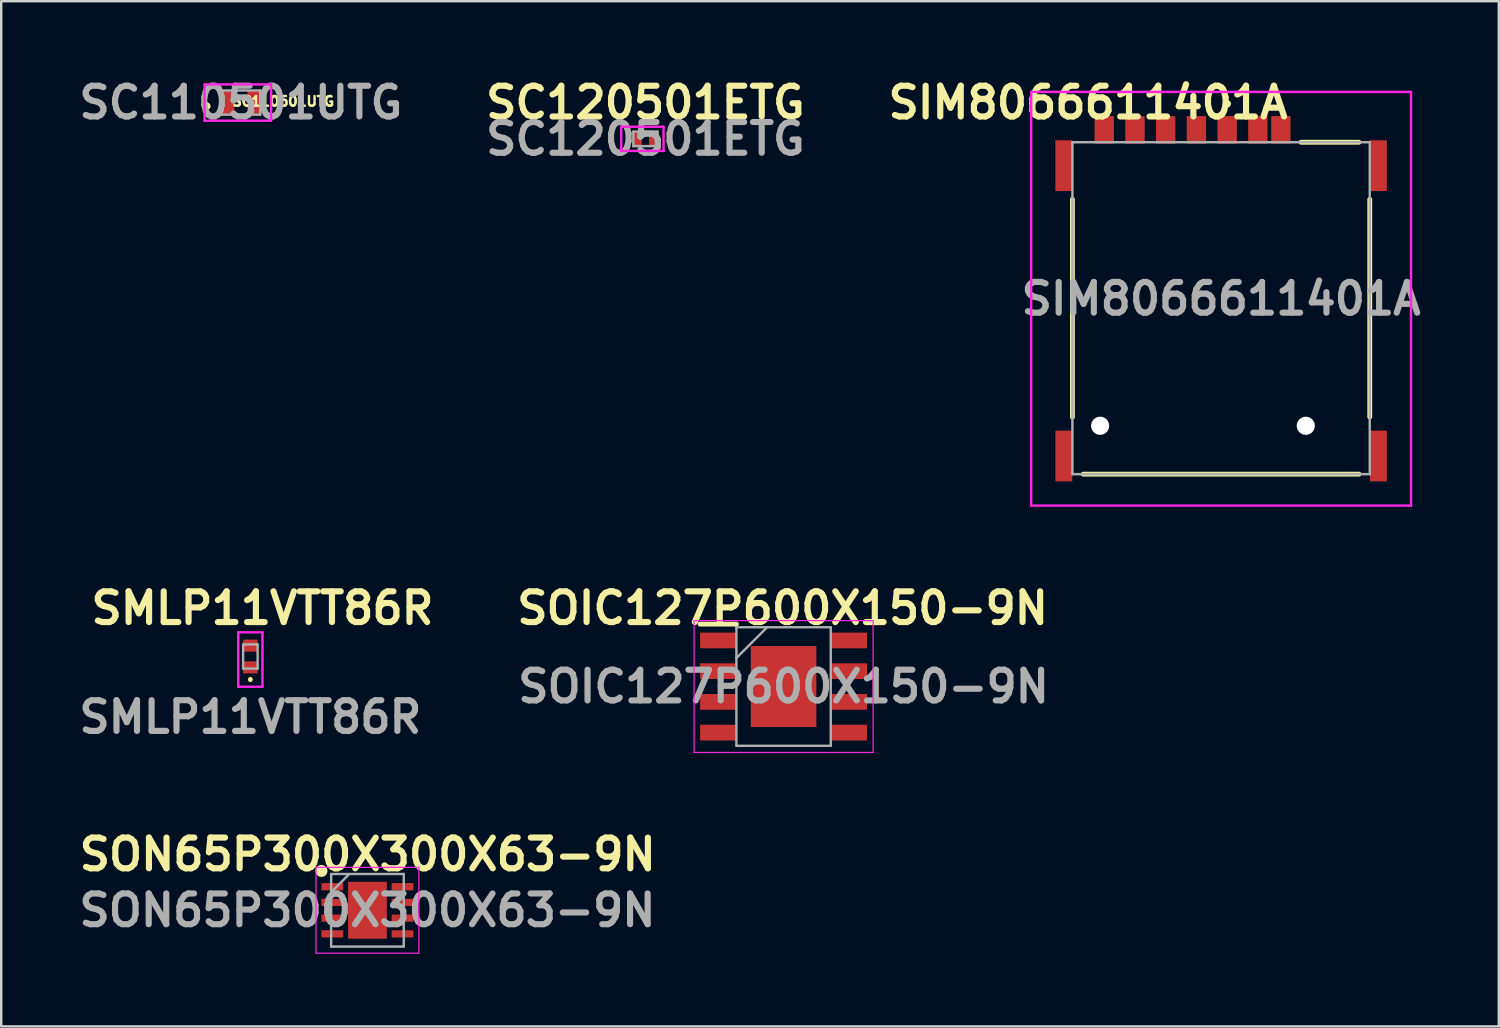
<source format=kicad_pcb>
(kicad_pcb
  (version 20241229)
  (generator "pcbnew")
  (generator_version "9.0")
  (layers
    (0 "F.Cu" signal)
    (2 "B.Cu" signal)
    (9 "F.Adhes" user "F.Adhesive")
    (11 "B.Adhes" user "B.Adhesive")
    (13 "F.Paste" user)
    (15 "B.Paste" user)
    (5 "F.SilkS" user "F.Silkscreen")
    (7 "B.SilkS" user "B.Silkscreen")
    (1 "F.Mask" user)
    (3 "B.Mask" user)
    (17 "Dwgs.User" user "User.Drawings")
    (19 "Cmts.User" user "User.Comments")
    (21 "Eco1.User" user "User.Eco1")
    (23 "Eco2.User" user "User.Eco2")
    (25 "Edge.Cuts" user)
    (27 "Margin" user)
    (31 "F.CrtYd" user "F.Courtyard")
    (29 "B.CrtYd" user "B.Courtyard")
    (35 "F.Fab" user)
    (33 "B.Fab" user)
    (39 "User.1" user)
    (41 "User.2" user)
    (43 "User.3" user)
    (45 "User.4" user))
  (footprint "SON65P300X300X63-9N"
    (layer "F.Cu")
    (at 12.138 34.576)
    (property "Reference" "SON65P300X300X63-9N" (at 0.01 -2.31 0) (layer "F.SilkS") (effects (font (size 1.27 1.27) (thickness 0.254))))
    (attr smd)
    (fp_circle (center -1.9 -1.625) (end -1.9 -1.5) (stroke (width 0.25) (type solid)) (fill no) (layer "F.SilkS"))
    (fp_line (start -2.125 -1.775) (end 2.125 -1.775) (stroke (width 0.05) (type solid)) (layer "F.CrtYd"))
    (fp_line (start -2.125 1.775) (end -2.125 -1.775) (stroke (width 0.05) (type solid)) (layer "F.CrtYd"))
    (fp_line (start 2.125 -1.775) (end 2.125 1.775) (stroke (width 0.05) (type solid)) (layer "F.CrtYd"))
    (fp_line (start 2.125 1.775) (end -2.125 1.775) (stroke (width 0.05) (type solid)) (layer "F.CrtYd"))
    (fp_line (start -1.5 -1.5) (end 1.5 -1.5) (stroke (width 0.1) (type solid)) (layer "F.Fab"))
    (fp_line (start -1.5 -0.75) (end -0.75 -1.5) (stroke (width 0.1) (type solid)) (layer "F.Fab"))
    (fp_line (start -1.5 1.5) (end -1.5 -1.5) (stroke (width 0.1) (type solid)) (layer "F.Fab"))
    (fp_line (start 1.5 -1.5) (end 1.5 1.5) (stroke (width 0.1) (type solid)) (layer "F.Fab"))
    (fp_line (start 1.5 1.5) (end -1.5 1.5) (stroke (width 0.1) (type solid)) (layer "F.Fab"))
    (fp_text user "${REFERENCE}" (at 0 0 0) (layer "F.Fab") (effects (font (size 1.27 1.27) (thickness 0.254))))
    (pad "1" smd rect (at -1.45 -0.975 90) (size 0.3 0.9) (layers "F.Cu" "F.Mask" "F.Paste"))
    (pad "2" smd rect (at -1.45 -0.325 90) (size 0.3 0.9) (layers "F.Cu" "F.Mask" "F.Paste"))
    (pad "3" smd rect (at -1.45 0.325 90) (size 0.3 0.9) (layers "F.Cu" "F.Mask" "F.Paste"))
    (pad "4" smd rect (at -1.45 0.975 90) (size 0.3 0.9) (layers "F.Cu" "F.Mask" "F.Paste"))
    (pad "5" smd rect (at 1.45 0.975 90) (size 0.3 0.9) (layers "F.Cu" "F.Mask" "F.Paste"))
    (pad "6" smd rect (at 1.45 0.325 90) (size 0.3 0.9) (layers "F.Cu" "F.Mask" "F.Paste"))
    (pad "7" smd rect (at 1.45 -0.325 90) (size 0.3 0.9) (layers "F.Cu" "F.Mask" "F.Paste"))
    (pad "8" smd rect (at 1.45 -0.975 90) (size 0.3 0.9) (layers "F.Cu" "F.Mask" "F.Paste"))
    (pad "9" smd rect (at 0 0) (size 1.6 2.35) (layers "F.Cu" "F.Mask" "F.Paste")))
  (footprint "SOIC127P600X150-9N"
    (layer "F.Cu")
    (at 29.339 25.327)
    (property "Reference" "SOIC127P600X150-9N" (at -0.04 -3.24 0) (layer "F.SilkS") (effects (font (size 1.27 1.27) (thickness 0.254))))
    (attr smd)
    (fp_line (start -3.45 -2.58) (end -1.95 -2.58) (stroke (width 0.2) (type solid)) (layer "F.SilkS"))
    (fp_line (start -3.7 -2.725) (end 3.7 -2.725) (stroke (width 0.05) (type solid)) (layer "F.CrtYd"))
    (fp_line (start -3.7 2.725) (end -3.7 -2.725) (stroke (width 0.05) (type solid)) (layer "F.CrtYd"))
    (fp_line (start 3.7 -2.725) (end 3.7 2.725) (stroke (width 0.05) (type solid)) (layer "F.CrtYd"))
    (fp_line (start 3.7 2.725) (end -3.7 2.725) (stroke (width 0.05) (type solid)) (layer "F.CrtYd"))
    (fp_line (start -1.95 -2.45) (end 1.95 -2.45) (stroke (width 0.1) (type solid)) (layer "F.Fab"))
    (fp_line (start -1.95 -1.18) (end -0.68 -2.45) (stroke (width 0.1) (type solid)) (layer "F.Fab"))
    (fp_line (start -1.95 2.45) (end -1.95 -2.45) (stroke (width 0.1) (type solid)) (layer "F.Fab"))
    (fp_line (start 1.95 -2.45) (end 1.95 2.45) (stroke (width 0.1) (type solid)) (layer "F.Fab"))
    (fp_line (start 1.95 2.45) (end -1.95 2.45) (stroke (width 0.1) (type solid)) (layer "F.Fab"))
    (fp_text user "${REFERENCE}" (at 0 0 0) (layer "F.Fab") (effects (font (size 1.27 1.27) (thickness 0.254))))
    (pad "1" smd rect (at -2.7 -1.905 90) (size 0.65 1.5) (layers "F.Cu" "F.Mask" "F.Paste"))
    (pad "2" smd rect (at -2.7 -0.635 90) (size 0.65 1.5) (layers "F.Cu" "F.Mask" "F.Paste"))
    (pad "3" smd rect (at -2.7 0.635 90) (size 0.65 1.5) (layers "F.Cu" "F.Mask" "F.Paste"))
    (pad "4" smd rect (at -2.7 1.905 90) (size 0.65 1.5) (layers "F.Cu" "F.Mask" "F.Paste"))
    (pad "5" smd rect (at 2.7 1.905 90) (size 0.65 1.5) (layers "F.Cu" "F.Mask" "F.Paste"))
    (pad "6" smd rect (at 2.7 0.635 90) (size 0.65 1.5) (layers "F.Cu" "F.Mask" "F.Paste"))
    (pad "7" smd rect (at 2.7 -0.635 90) (size 0.65 1.5) (layers "F.Cu" "F.Mask" "F.Paste"))
    (pad "8" smd rect (at 2.7 -1.905 90) (size 0.65 1.5) (layers "F.Cu" "F.Mask" "F.Paste"))
    (pad "9" smd rect (at 0 0) (size 2.71 3.35) (layers "F.Cu" "F.Mask" "F.Paste")))
  (footprint "SMLP11VTT86R"
    (layer "F.Cu")
    (at 7.299 24.087)
    (property "Reference" "SMLP11VTT86R" (at 0.5 -2 0) (layer "F.SilkS") (effects (font (size 1.27 1.27) (thickness 0.254))))
    (attr smd)
    (fp_line (start 0 0.9) (end 0 0.9) (stroke (width 0.1) (type solid)) (layer "F.SilkS"))
    (fp_line (start 0 1) (end 0 1) (stroke (width 0.1) (type solid)) (layer "F.SilkS"))
    (fp_arc (start 0 0.9) (mid 0.05 0.95) (end 0 1) (stroke (width 0.1) (type solid)) (layer "F.SilkS"))
    (fp_arc (start 0 1) (mid -0.05 0.95) (end 0 0.9) (stroke (width 0.1) (type solid)) (layer "F.SilkS"))
    (fp_line (start -0.5 -1) (end 0.5 -1) (stroke (width 0.1) (type solid)) (layer "F.CrtYd"))
    (fp_line (start -0.5 1.25) (end -0.5 -1) (stroke (width 0.1) (type solid)) (layer "F.CrtYd"))
    (fp_line (start 0.5 -1) (end 0.5 1.25) (stroke (width 0.1) (type solid)) (layer "F.CrtYd"))
    (fp_line (start 0.5 1.25) (end -0.5 1.25) (stroke (width 0.1) (type solid)) (layer "F.CrtYd"))
    (fp_line (start -0.3 -0.5) (end 0.3 -0.5) (stroke (width 0.1) (type solid)) (layer "F.Fab"))
    (fp_line (start -0.3 0.5) (end -0.3 -0.5) (stroke (width 0.1) (type solid)) (layer "F.Fab"))
    (fp_line (start 0.3 -0.5) (end 0.3 0.5) (stroke (width 0.1) (type solid)) (layer "F.Fab"))
    (fp_line (start 0.3 0.5) (end -0.3 0.5) (stroke (width 0.1) (type solid)) (layer "F.Fab"))
    (fp_text user "${REFERENCE}" (at 0 2.5 0) (layer "F.Fab") (effects (font (size 1.27 1.27) (thickness 0.254))))
    (pad "1" smd rect (at 0 0.45 90) (size 0.5 0.6) (layers "F.Cu" "F.Mask" "F.Paste"))
    (pad "2" smd rect (at 0 -0.45 90) (size 0.5 0.6) (layers "F.Cu" "F.Mask" "F.Paste")))
  (footprint "SC110501UTG"
    (layer "F.Cu")
    (at 6.906 1.189)
    (property "Reference" "SC110501UTG" (at 1.75 -0.05 0) (layer "F.SilkS") (effects (font (size 0.4 0.4) (thickness 0.1))))
    (attr smd)
    (fp_line (start -1.4 0.1) (end -1.4 0.1) (stroke (width 0.2) (type solid)) (layer "F.SilkS"))
    (fp_line (start -1.4 0.2) (end -1.4 0.2) (stroke (width 0.2) (type solid)) (layer "F.SilkS"))
    (fp_arc (start -1.4 0.1) (mid -1.35 0.15) (end -1.4 0.2) (stroke (width 0.2) (type solid)) (layer "F.SilkS"))
    (fp_arc (start -1.4 0.2) (mid -1.45 0.15) (end -1.4 0.1) (stroke (width 0.2) (type solid)) (layer "F.SilkS"))
    (fp_line (start -1.5 -0.75) (end 1.25 -0.75) (stroke (width 0.1) (type solid)) (layer "F.CrtYd"))
    (fp_line (start -1.5 0.75) (end -1.5 -0.75) (stroke (width 0.1) (type solid)) (layer "F.CrtYd"))
    (fp_line (start 1.25 -0.75) (end 1.25 0.75) (stroke (width 0.1) (type solid)) (layer "F.CrtYd"))
    (fp_line (start 1.25 0.75) (end -1.5 0.75) (stroke (width 0.1) (type solid)) (layer "F.CrtYd"))
    (fp_line (start -0.8 -0.5) (end -0.8 0.5) (stroke (width 0.1) (type solid)) (layer "F.Fab"))
    (fp_line (start -0.8 0.5) (end 0.8 0.5) (stroke (width 0.1) (type solid)) (layer "F.Fab"))
    (fp_line (start 0.8 -0.5) (end -0.8 -0.5) (stroke (width 0.1) (type solid)) (layer "F.Fab"))
    (fp_line (start 0.8 0.5) (end 0.8 -0.5) (stroke (width 0.1) (type solid)) (layer "F.Fab"))
    (fp_text user "${REFERENCE}" (at 0 0 0) (layer "F.Fab") (effects (font (size 1.27 1.27) (thickness 0.254))))
    (pad "1" smd rect (at -0.56 0) (size 0.58 1) (layers "F.Cu" "F.Mask" "F.Paste"))
    (pad "2" smd rect (at 0.56 0) (size 0.58 1) (layers "F.Cu" "F.Mask" "F.Paste")))
  (footprint "SIM8066611401A"
    (layer "F.Cu")
    (at 47.423 9.689)
    (property "Reference" "SIM8066611401A" (at -5.5 -8.5 0) (layer "F.SilkS") (effects (font (size 1.27 1.27) (thickness 0.254))))
    (attr through_hole)
    (fp_line (start -6.145 -4.5) (end -6.145 4.5) (stroke (width 0.2) (type solid)) (layer "F.SilkS"))
    (fp_line (start -5.7 6.86) (end 5.7 6.86) (stroke (width 0.2) (type solid)) (layer "F.SilkS"))
    (fp_line (start 0.25 -8.5) (end 0.25 -8.5) (stroke (width 0.2) (type solid)) (layer "F.SilkS"))
    (fp_line (start 0.25 -8.4) (end 0.25 -8.4) (stroke (width 0.2) (type solid)) (layer "F.SilkS"))
    (fp_line (start 0.25 -8.4) (end 0.25 -8.4) (stroke (width 0.2) (type solid)) (layer "F.SilkS"))
    (fp_line (start 5.7 -6.86) (end 3.3 -6.86) (stroke (width 0.2) (type solid)) (layer "F.SilkS"))
    (fp_line (start 6.145 4.5) (end 6.145 -4.5) (stroke (width 0.2) (type solid)) (layer "F.SilkS"))
    (fp_arc (start 0.25 -8.5) (mid 0.3 -8.45) (end 0.25 -8.4) (stroke (width 0.2) (type solid)) (layer "F.SilkS"))
    (fp_arc (start 0.25 -8.5) (mid 0.3 -8.45) (end 0.25 -8.4) (stroke (width 0.2) (type solid)) (layer "F.SilkS"))
    (fp_arc (start 0.25 -8.4) (mid 0.2 -8.45) (end 0.25 -8.5) (stroke (width 0.2) (type solid)) (layer "F.SilkS"))
    (fp_line (start -7.85 -8.94) (end 7.85 -8.94) (stroke (width 0.1) (type solid)) (layer "F.CrtYd"))
    (fp_line (start -7.85 8.16) (end -7.85 -8.94) (stroke (width 0.1) (type solid)) (layer "F.CrtYd"))
    (fp_line (start 7.85 -8.94) (end 7.85 8.16) (stroke (width 0.1) (type solid)) (layer "F.CrtYd"))
    (fp_line (start 7.85 8.16) (end -7.85 8.16) (stroke (width 0.1) (type solid)) (layer "F.CrtYd"))
    (fp_line (start -6.145 -6.86) (end -6.145 6.86) (stroke (width 0.1) (type solid)) (layer "F.Fab"))
    (fp_line (start -6.145 6.86) (end 6.145 6.86) (stroke (width 0.1) (type solid)) (layer "F.Fab"))
    (fp_line (start 6.145 -6.86) (end -6.145 -6.86) (stroke (width 0.1) (type solid)) (layer "F.Fab"))
    (fp_line (start 6.145 6.86) (end 6.145 -6.86) (stroke (width 0.1) (type solid)) (layer "F.Fab"))
    (fp_text user "${REFERENCE}" (at 0 -0.39 0) (layer "F.Fab") (effects (font (size 1.27 1.27) (thickness 0.254))))
    (pad "" np_thru_hole circle (at -5 4.86) (size 0.75 0.75) (drill 0.75) (layers "*.Cu" "*.Mask"))
    (pad "" np_thru_hole circle (at 3.5 4.86) (size 0.75 0.75) (drill 0.75) (layers "*.Cu" "*.Mask"))
    (pad "C1" smd rect (at 0.25 -7.37) (size 0.8 1.14) (layers "F.Cu" "F.Mask" "F.Paste"))
    (pad "C2" smd rect (at -2.29 -7.37) (size 0.8 1.14) (layers "F.Cu" "F.Mask" "F.Paste"))
    (pad "C3" smd rect (at -4.83 -7.37) (size 0.8 1.14) (layers "F.Cu" "F.Mask" "F.Paste"))
    (pad "C5" smd rect (at 1.52 -7.37) (size 0.8 1.14) (layers "F.Cu" "F.Mask" "F.Paste"))
    (pad "C6" smd rect (at -1.02 -7.37) (size 0.8 1.14) (layers "F.Cu" "F.Mask" "F.Paste"))
    (pad "C7" smd rect (at -3.56 -7.37) (size 0.8 1.14) (layers "F.Cu" "F.Mask" "F.Paste"))
    (pad "CD1" smd rect (at 2.47 -7.37) (size 0.8 1.14) (layers "F.Cu" "F.Mask" "F.Paste"))
    (pad "G1" smd rect (at -6.5 -5.89) (size 0.7 2.1) (layers "F.Cu" "F.Mask" "F.Paste"))
    (pad "G2" smd rect (at -6.5 6.11) (size 0.7 2.1) (layers "F.Cu" "F.Mask" "F.Paste"))
    (pad "G3" smd rect (at 6.5 6.11) (size 0.7 2.1) (layers "F.Cu" "F.Mask" "F.Paste"))
    (pad "G4" smd rect (at 6.5 -5.89) (size 0.7 2.1) (layers "F.Cu" "F.Mask" "F.Paste")))
  (footprint "SC120501ETG"
    (layer "F.Cu")
    (at 23.628 2.689)
    (property "Reference" "SC120501ETG" (at 0 -1.5 0) (layer "F.SilkS") (effects (font (size 1.27 1.27) (thickness 0.254))))
    (attr smd)
    (fp_line (start -0.75 0) (end -0.75 0) (stroke (width 0.1) (type solid)) (layer "F.SilkS"))
    (fp_line (start -0.65 0) (end -0.65 0) (stroke (width 0.1) (type solid)) (layer "F.SilkS"))
    (fp_arc (start -0.75 0) (mid -0.7 -0.05) (end -0.65 0) (stroke (width 0.1) (type solid)) (layer "F.SilkS"))
    (fp_arc (start -0.65 0) (mid -0.7 0.05) (end -0.75 0) (stroke (width 0.1) (type solid)) (layer "F.SilkS"))
    (fp_line (start -1 -0.5) (end 0.75 -0.5) (stroke (width 0.1) (type solid)) (layer "F.CrtYd"))
    (fp_line (start -1 0.5) (end -1 -0.5) (stroke (width 0.1) (type solid)) (layer "F.CrtYd"))
    (fp_line (start 0.75 -0.5) (end 0.75 0.5) (stroke (width 0.1) (type solid)) (layer "F.CrtYd"))
    (fp_line (start 0.75 0.5) (end -1 0.5) (stroke (width 0.1) (type solid)) (layer "F.CrtYd"))
    (fp_line (start -0.5 -0.3) (end 0.5 -0.3) (stroke (width 0.1) (type solid)) (layer "F.Fab"))
    (fp_line (start -0.5 0.3) (end -0.5 -0.3) (stroke (width 0.1) (type solid)) (layer "F.Fab"))
    (fp_line (start 0.5 -0.3) (end 0.5 0.3) (stroke (width 0.1) (type solid)) (layer "F.Fab"))
    (fp_line (start 0.5 0.3) (end -0.5 0.3) (stroke (width 0.1) (type solid)) (layer "F.Fab"))
    (fp_text user "${REFERENCE}" (at 0 0 0) (layer "F.Fab") (effects (font (size 1.27 1.27) (thickness 0.254))))
    (pad "1" smd rect (at -0.325 0) (size 0.35 0.6) (layers "F.Cu" "F.Mask" "F.Paste"))
    (pad "2" smd rect (at 0.325 0) (size 0.35 0.6) (layers "F.Cu" "F.Mask" "F.Paste")))
  (gr_rect
    (start -3 -3)
    (end 58.902 39.376)
    (stroke (width 0.1) (type default))
    (fill no)
    (layer "Edge.Cuts")))
</source>
